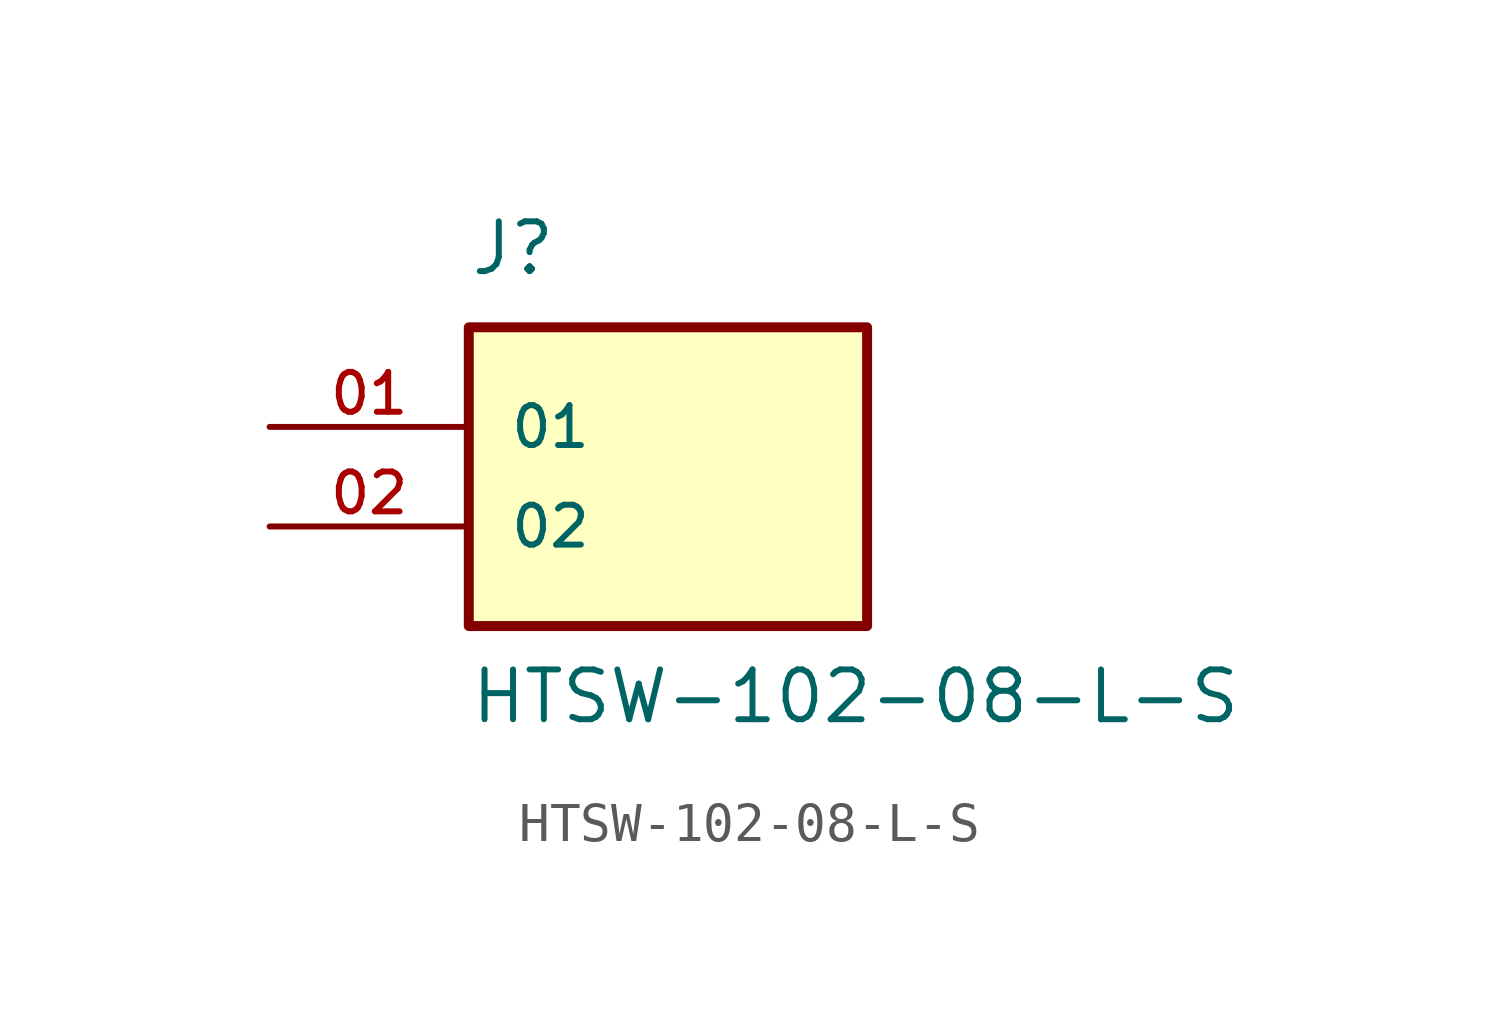
<source format=kicad_sym>
(kicad_symbol_lib
  (version 20211014)
  (generator kicad_symbol_editor)
  (symbol "HTSW-102-08-L-S"
    (pin_names
      (offset 1.016))
    (property "Reference" "J"
      (at -5.08 3.81 0)
      (effects (font (size 1.27 1.27)) (justify bottom left)))
    (property "Value" "HTSW-102-08-L-S"
      (at -5.08 -7.62 0)
      (effects (font (size 1.27 1.27)) (justify bottom left)))
    (symbol "HTSW-102-08-L-S_0_0"
      (rectangle (start -5.08 -5.08) (end 5.08 2.54) (stroke (width 0.254)) (fill (type background)))
      (pin passive line (at -10.16 0.0 0) (length 5.08) (name "01" (effects (font (size 1.016 1.016)))) (number "01" (effects (font (size 1.016 1.016)))))
      (pin passive line (at -10.16 -2.54 0) (length 5.08) (name "02" (effects (font (size 1.016 1.016)))) (number "02" (effects (font (size 1.016 1.016))))))))
</source>
